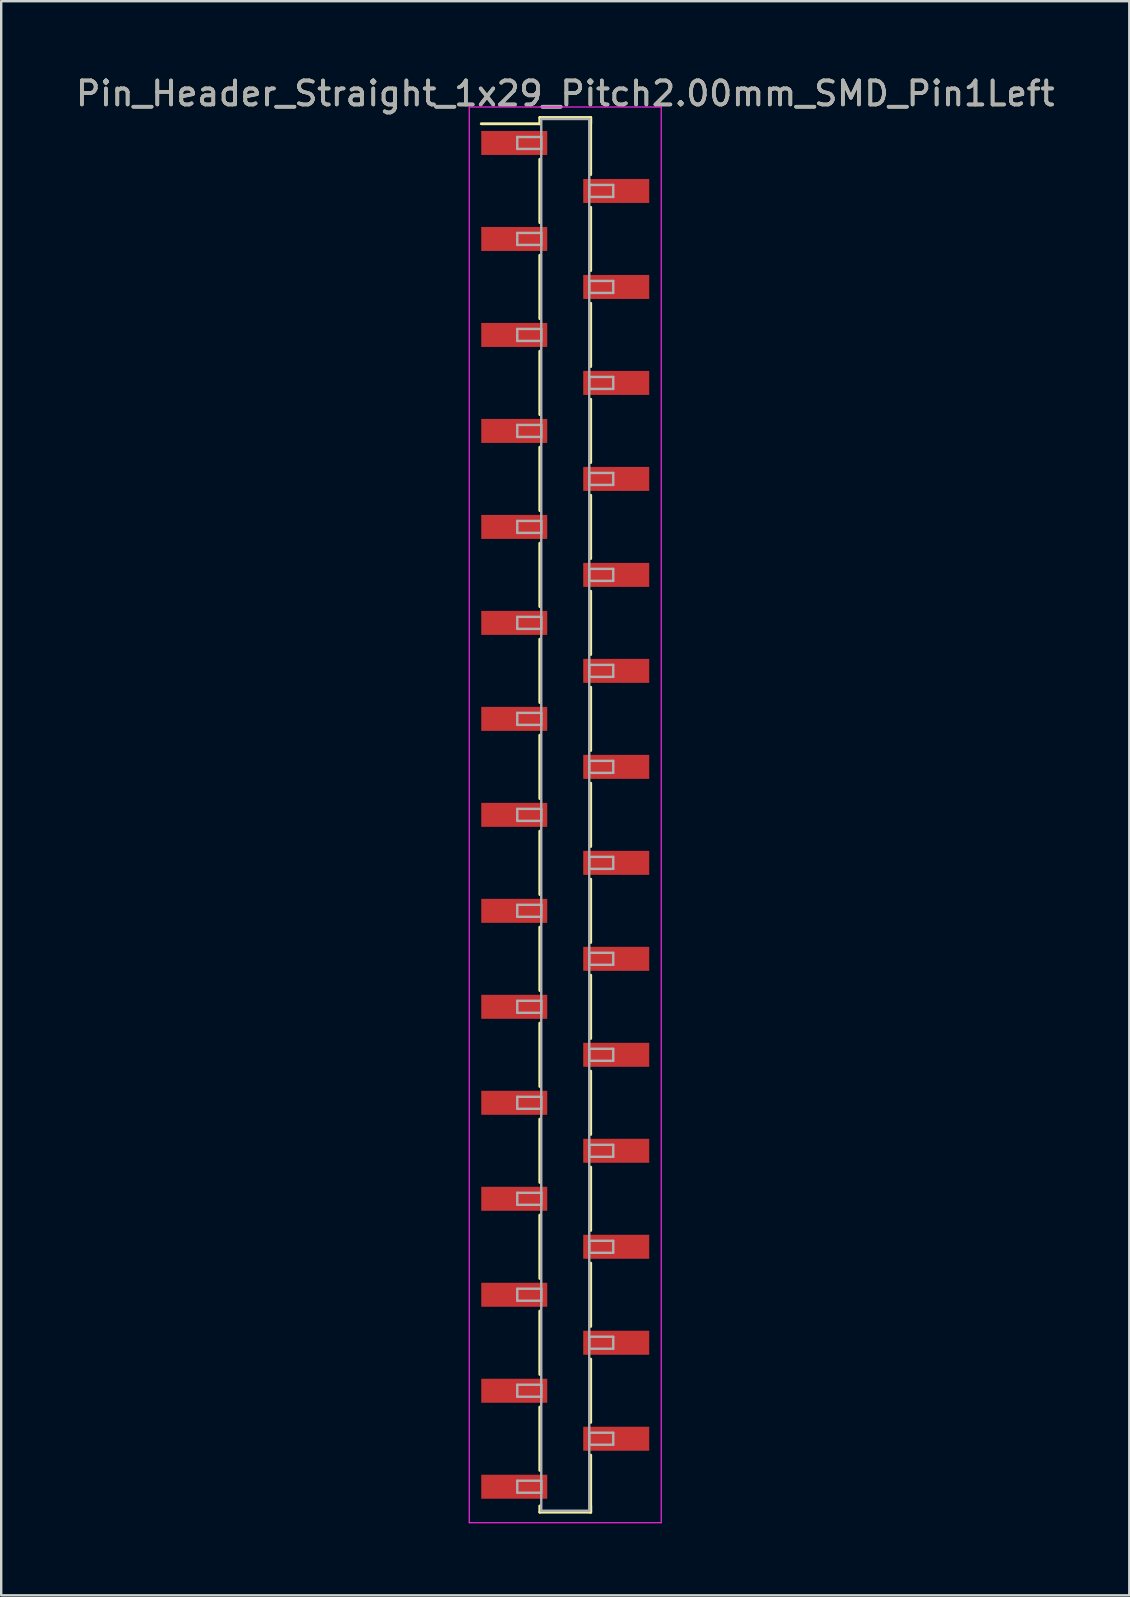
<source format=kicad_pcb>
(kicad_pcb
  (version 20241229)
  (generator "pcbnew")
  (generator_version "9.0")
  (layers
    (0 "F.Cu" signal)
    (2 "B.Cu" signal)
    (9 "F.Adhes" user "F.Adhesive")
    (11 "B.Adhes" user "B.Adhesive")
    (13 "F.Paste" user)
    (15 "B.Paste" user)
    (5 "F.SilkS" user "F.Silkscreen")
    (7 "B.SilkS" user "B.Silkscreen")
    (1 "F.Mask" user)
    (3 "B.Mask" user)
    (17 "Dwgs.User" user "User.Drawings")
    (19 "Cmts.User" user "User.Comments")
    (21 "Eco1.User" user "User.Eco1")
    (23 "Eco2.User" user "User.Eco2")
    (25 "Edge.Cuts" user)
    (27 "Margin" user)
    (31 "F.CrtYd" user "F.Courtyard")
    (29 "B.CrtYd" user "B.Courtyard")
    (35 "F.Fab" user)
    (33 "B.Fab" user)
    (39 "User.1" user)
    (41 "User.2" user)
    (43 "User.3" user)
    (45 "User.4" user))
  (footprint "Pin_Header_Straight_1x29_Pitch2.00mm_SMD_Pin1Left"
    (layer "F.Cu")
    (at 20.506 30.908)
    (property "Reference" "Pin_Header_Straight_1x29_Pitch2.00mm_SMD_Pin1Left" (at 0 -30.06 0) (layer "F.SilkS") (effects (font (size 1 1) (thickness 0.15))))
    (attr smd)
    (fp_line (start -1.06 -29.06) (end 1.06 -29.06) (stroke (width 0.12) (type solid)) (layer "F.SilkS"))
    (fp_line (start -1.06 -28.8) (end -3.5 -28.8) (stroke (width 0.12) (type solid)) (layer "F.SilkS"))
    (fp_line (start -1.06 -28.8) (end -1.06 -29.06) (stroke (width 0.12) (type solid)) (layer "F.SilkS"))
    (fp_line (start -1.06 -27.32) (end -1.06 -24.68) (stroke (width 0.12) (type solid)) (layer "F.SilkS"))
    (fp_line (start -1.06 -23.32) (end -1.06 -20.68) (stroke (width 0.12) (type solid)) (layer "F.SilkS"))
    (fp_line (start -1.06 -19.32) (end -1.06 -16.68) (stroke (width 0.12) (type solid)) (layer "F.SilkS"))
    (fp_line (start -1.06 -15.32) (end -1.06 -12.68) (stroke (width 0.12) (type solid)) (layer "F.SilkS"))
    (fp_line (start -1.06 -11.32) (end -1.06 -8.68) (stroke (width 0.12) (type solid)) (layer "F.SilkS"))
    (fp_line (start -1.06 -7.32) (end -1.06 -4.68) (stroke (width 0.12) (type solid)) (layer "F.SilkS"))
    (fp_line (start -1.06 -3.32) (end -1.06 -0.68) (stroke (width 0.12) (type solid)) (layer "F.SilkS"))
    (fp_line (start -1.06 0.68) (end -1.06 3.32) (stroke (width 0.12) (type solid)) (layer "F.SilkS"))
    (fp_line (start -1.06 4.68) (end -1.06 7.32) (stroke (width 0.12) (type solid)) (layer "F.SilkS"))
    (fp_line (start -1.06 8.68) (end -1.06 11.32) (stroke (width 0.12) (type solid)) (layer "F.SilkS"))
    (fp_line (start -1.06 12.68) (end -1.06 15.32) (stroke (width 0.12) (type solid)) (layer "F.SilkS"))
    (fp_line (start -1.06 16.68) (end -1.06 19.32) (stroke (width 0.12) (type solid)) (layer "F.SilkS"))
    (fp_line (start -1.06 20.68) (end -1.06 23.32) (stroke (width 0.12) (type solid)) (layer "F.SilkS"))
    (fp_line (start -1.06 24.68) (end -1.06 27.32) (stroke (width 0.12) (type solid)) (layer "F.SilkS"))
    (fp_line (start -1.06 28.8) (end -1.06 29.06) (stroke (width 0.12) (type solid)) (layer "F.SilkS"))
    (fp_line (start -1.06 29.06) (end 1.06 29.06) (stroke (width 0.12) (type solid)) (layer "F.SilkS"))
    (fp_line (start 1.06 -29.06) (end 1.06 -28.8) (stroke (width 0.12) (type solid)) (layer "F.SilkS"))
    (fp_line (start 1.06 -29.06) (end 1.06 -26.68) (stroke (width 0.12) (type solid)) (layer "F.SilkS"))
    (fp_line (start 1.06 -25.32) (end 1.06 -22.68) (stroke (width 0.12) (type solid)) (layer "F.SilkS"))
    (fp_line (start 1.06 -21.32) (end 1.06 -18.68) (stroke (width 0.12) (type solid)) (layer "F.SilkS"))
    (fp_line (start 1.06 -17.32) (end 1.06 -14.68) (stroke (width 0.12) (type solid)) (layer "F.SilkS"))
    (fp_line (start 1.06 -13.32) (end 1.06 -10.68) (stroke (width 0.12) (type solid)) (layer "F.SilkS"))
    (fp_line (start 1.06 -9.32) (end 1.06 -6.68) (stroke (width 0.12) (type solid)) (layer "F.SilkS"))
    (fp_line (start 1.06 -5.32) (end 1.06 -2.68) (stroke (width 0.12) (type solid)) (layer "F.SilkS"))
    (fp_line (start 1.06 -1.32) (end 1.06 1.32) (stroke (width 0.12) (type solid)) (layer "F.SilkS"))
    (fp_line (start 1.06 2.68) (end 1.06 5.32) (stroke (width 0.12) (type solid)) (layer "F.SilkS"))
    (fp_line (start 1.06 6.68) (end 1.06 9.32) (stroke (width 0.12) (type solid)) (layer "F.SilkS"))
    (fp_line (start 1.06 10.68) (end 1.06 13.32) (stroke (width 0.12) (type solid)) (layer "F.SilkS"))
    (fp_line (start 1.06 14.68) (end 1.06 17.32) (stroke (width 0.12) (type solid)) (layer "F.SilkS"))
    (fp_line (start 1.06 18.68) (end 1.06 21.32) (stroke (width 0.12) (type solid)) (layer "F.SilkS"))
    (fp_line (start 1.06 22.68) (end 1.06 25.32) (stroke (width 0.12) (type solid)) (layer "F.SilkS"))
    (fp_line (start 1.06 26.68) (end 1.06 29.06) (stroke (width 0.12) (type solid)) (layer "F.SilkS"))
    (fp_line (start 1.06 29.06) (end 1.06 28.8) (stroke (width 0.12) (type solid)) (layer "F.SilkS"))
    (fp_line (start -4 -29.5) (end -4 29.5) (stroke (width 0.05) (type solid)) (layer "F.CrtYd"))
    (fp_line (start -4 29.5) (end 4 29.5) (stroke (width 0.05) (type solid)) (layer "F.CrtYd"))
    (fp_line (start 4 -29.5) (end -4 -29.5) (stroke (width 0.05) (type solid)) (layer "F.CrtYd"))
    (fp_line (start 4 29.5) (end 4 -29.5) (stroke (width 0.05) (type solid)) (layer "F.CrtYd"))
    (fp_line (start -2 -28.25) (end -1 -28.25) (stroke (width 0.1) (type solid)) (layer "F.Fab"))
    (fp_line (start -2 -27.75) (end -2 -28.25) (stroke (width 0.1) (type solid)) (layer "F.Fab"))
    (fp_line (start -2 -24.25) (end -1 -24.25) (stroke (width 0.1) (type solid)) (layer "F.Fab"))
    (fp_line (start -2 -23.75) (end -2 -24.25) (stroke (width 0.1) (type solid)) (layer "F.Fab"))
    (fp_line (start -2 -20.25) (end -1 -20.25) (stroke (width 0.1) (type solid)) (layer "F.Fab"))
    (fp_line (start -2 -19.75) (end -2 -20.25) (stroke (width 0.1) (type solid)) (layer "F.Fab"))
    (fp_line (start -2 -16.25) (end -1 -16.25) (stroke (width 0.1) (type solid)) (layer "F.Fab"))
    (fp_line (start -2 -15.75) (end -2 -16.25) (stroke (width 0.1) (type solid)) (layer "F.Fab"))
    (fp_line (start -2 -12.25) (end -1 -12.25) (stroke (width 0.1) (type solid)) (layer "F.Fab"))
    (fp_line (start -2 -11.75) (end -2 -12.25) (stroke (width 0.1) (type solid)) (layer "F.Fab"))
    (fp_line (start -2 -8.25) (end -1 -8.25) (stroke (width 0.1) (type solid)) (layer "F.Fab"))
    (fp_line (start -2 -7.75) (end -2 -8.25) (stroke (width 0.1) (type solid)) (layer "F.Fab"))
    (fp_line (start -2 -4.25) (end -1 -4.25) (stroke (width 0.1) (type solid)) (layer "F.Fab"))
    (fp_line (start -2 -3.75) (end -2 -4.25) (stroke (width 0.1) (type solid)) (layer "F.Fab"))
    (fp_line (start -2 -0.25) (end -1 -0.25) (stroke (width 0.1) (type solid)) (layer "F.Fab"))
    (fp_line (start -2 0.25) (end -2 -0.25) (stroke (width 0.1) (type solid)) (layer "F.Fab"))
    (fp_line (start -2 3.75) (end -1 3.75) (stroke (width 0.1) (type solid)) (layer "F.Fab"))
    (fp_line (start -2 4.25) (end -2 3.75) (stroke (width 0.1) (type solid)) (layer "F.Fab"))
    (fp_line (start -2 7.75) (end -1 7.75) (stroke (width 0.1) (type solid)) (layer "F.Fab"))
    (fp_line (start -2 8.25) (end -2 7.75) (stroke (width 0.1) (type solid)) (layer "F.Fab"))
    (fp_line (start -2 11.75) (end -1 11.75) (stroke (width 0.1) (type solid)) (layer "F.Fab"))
    (fp_line (start -2 12.25) (end -2 11.75) (stroke (width 0.1) (type solid)) (layer "F.Fab"))
    (fp_line (start -2 15.75) (end -1 15.75) (stroke (width 0.1) (type solid)) (layer "F.Fab"))
    (fp_line (start -2 16.25) (end -2 15.75) (stroke (width 0.1) (type solid)) (layer "F.Fab"))
    (fp_line (start -2 19.75) (end -1 19.75) (stroke (width 0.1) (type solid)) (layer "F.Fab"))
    (fp_line (start -2 20.25) (end -2 19.75) (stroke (width 0.1) (type solid)) (layer "F.Fab"))
    (fp_line (start -2 23.75) (end -1 23.75) (stroke (width 0.1) (type solid)) (layer "F.Fab"))
    (fp_line (start -2 24.25) (end -2 23.75) (stroke (width 0.1) (type solid)) (layer "F.Fab"))
    (fp_line (start -2 27.75) (end -1 27.75) (stroke (width 0.1) (type solid)) (layer "F.Fab"))
    (fp_line (start -2 28.25) (end -2 27.75) (stroke (width 0.1) (type solid)) (layer "F.Fab"))
    (fp_line (start -1 -29) (end -1 29) (stroke (width 0.1) (type solid)) (layer "F.Fab"))
    (fp_line (start -1 -28.25) (end -1 -27.75) (stroke (width 0.1) (type solid)) (layer "F.Fab"))
    (fp_line (start -1 -27.75) (end -2 -27.75) (stroke (width 0.1) (type solid)) (layer "F.Fab"))
    (fp_line (start -1 -24.25) (end -1 -23.75) (stroke (width 0.1) (type solid)) (layer "F.Fab"))
    (fp_line (start -1 -23.75) (end -2 -23.75) (stroke (width 0.1) (type solid)) (layer "F.Fab"))
    (fp_line (start -1 -20.25) (end -1 -19.75) (stroke (width 0.1) (type solid)) (layer "F.Fab"))
    (fp_line (start -1 -19.75) (end -2 -19.75) (stroke (width 0.1) (type solid)) (layer "F.Fab"))
    (fp_line (start -1 -16.25) (end -1 -15.75) (stroke (width 0.1) (type solid)) (layer "F.Fab"))
    (fp_line (start -1 -15.75) (end -2 -15.75) (stroke (width 0.1) (type solid)) (layer "F.Fab"))
    (fp_line (start -1 -12.25) (end -1 -11.75) (stroke (width 0.1) (type solid)) (layer "F.Fab"))
    (fp_line (start -1 -11.75) (end -2 -11.75) (stroke (width 0.1) (type solid)) (layer "F.Fab"))
    (fp_line (start -1 -8.25) (end -1 -7.75) (stroke (width 0.1) (type solid)) (layer "F.Fab"))
    (fp_line (start -1 -7.75) (end -2 -7.75) (stroke (width 0.1) (type solid)) (layer "F.Fab"))
    (fp_line (start -1 -4.25) (end -1 -3.75) (stroke (width 0.1) (type solid)) (layer "F.Fab"))
    (fp_line (start -1 -3.75) (end -2 -3.75) (stroke (width 0.1) (type solid)) (layer "F.Fab"))
    (fp_line (start -1 -0.25) (end -1 0.25) (stroke (width 0.1) (type solid)) (layer "F.Fab"))
    (fp_line (start -1 0.25) (end -2 0.25) (stroke (width 0.1) (type solid)) (layer "F.Fab"))
    (fp_line (start -1 3.75) (end -1 4.25) (stroke (width 0.1) (type solid)) (layer "F.Fab"))
    (fp_line (start -1 4.25) (end -2 4.25) (stroke (width 0.1) (type solid)) (layer "F.Fab"))
    (fp_line (start -1 7.75) (end -1 8.25) (stroke (width 0.1) (type solid)) (layer "F.Fab"))
    (fp_line (start -1 8.25) (end -2 8.25) (stroke (width 0.1) (type solid)) (layer "F.Fab"))
    (fp_line (start -1 11.75) (end -1 12.25) (stroke (width 0.1) (type solid)) (layer "F.Fab"))
    (fp_line (start -1 12.25) (end -2 12.25) (stroke (width 0.1) (type solid)) (layer "F.Fab"))
    (fp_line (start -1 15.75) (end -1 16.25) (stroke (width 0.1) (type solid)) (layer "F.Fab"))
    (fp_line (start -1 16.25) (end -2 16.25) (stroke (width 0.1) (type solid)) (layer "F.Fab"))
    (fp_line (start -1 19.75) (end -1 20.25) (stroke (width 0.1) (type solid)) (layer "F.Fab"))
    (fp_line (start -1 20.25) (end -2 20.25) (stroke (width 0.1) (type solid)) (layer "F.Fab"))
    (fp_line (start -1 23.75) (end -1 24.25) (stroke (width 0.1) (type solid)) (layer "F.Fab"))
    (fp_line (start -1 24.25) (end -2 24.25) (stroke (width 0.1) (type solid)) (layer "F.Fab"))
    (fp_line (start -1 27.75) (end -1 28.25) (stroke (width 0.1) (type solid)) (layer "F.Fab"))
    (fp_line (start -1 28.25) (end -2 28.25) (stroke (width 0.1) (type solid)) (layer "F.Fab"))
    (fp_line (start -1 29) (end 1 29) (stroke (width 0.1) (type solid)) (layer "F.Fab"))
    (fp_line (start 1 -29) (end -1 -29) (stroke (width 0.1) (type solid)) (layer "F.Fab"))
    (fp_line (start 1 -26.25) (end 1 -25.75) (stroke (width 0.1) (type solid)) (layer "F.Fab"))
    (fp_line (start 1 -25.75) (end 2 -25.75) (stroke (width 0.1) (type solid)) (layer "F.Fab"))
    (fp_line (start 1 -22.25) (end 1 -21.75) (stroke (width 0.1) (type solid)) (layer "F.Fab"))
    (fp_line (start 1 -21.75) (end 2 -21.75) (stroke (width 0.1) (type solid)) (layer "F.Fab"))
    (fp_line (start 1 -18.25) (end 1 -17.75) (stroke (width 0.1) (type solid)) (layer "F.Fab"))
    (fp_line (start 1 -17.75) (end 2 -17.75) (stroke (width 0.1) (type solid)) (layer "F.Fab"))
    (fp_line (start 1 -14.25) (end 1 -13.75) (stroke (width 0.1) (type solid)) (layer "F.Fab"))
    (fp_line (start 1 -13.75) (end 2 -13.75) (stroke (width 0.1) (type solid)) (layer "F.Fab"))
    (fp_line (start 1 -10.25) (end 1 -9.75) (stroke (width 0.1) (type solid)) (layer "F.Fab"))
    (fp_line (start 1 -9.75) (end 2 -9.75) (stroke (width 0.1) (type solid)) (layer "F.Fab"))
    (fp_line (start 1 -6.25) (end 1 -5.75) (stroke (width 0.1) (type solid)) (layer "F.Fab"))
    (fp_line (start 1 -5.75) (end 2 -5.75) (stroke (width 0.1) (type solid)) (layer "F.Fab"))
    (fp_line (start 1 -2.25) (end 1 -1.75) (stroke (width 0.1) (type solid)) (layer "F.Fab"))
    (fp_line (start 1 -1.75) (end 2 -1.75) (stroke (width 0.1) (type solid)) (layer "F.Fab"))
    (fp_line (start 1 1.75) (end 1 2.25) (stroke (width 0.1) (type solid)) (layer "F.Fab"))
    (fp_line (start 1 2.25) (end 2 2.25) (stroke (width 0.1) (type solid)) (layer "F.Fab"))
    (fp_line (start 1 5.75) (end 1 6.25) (stroke (width 0.1) (type solid)) (layer "F.Fab"))
    (fp_line (start 1 6.25) (end 2 6.25) (stroke (width 0.1) (type solid)) (layer "F.Fab"))
    (fp_line (start 1 9.75) (end 1 10.25) (stroke (width 0.1) (type solid)) (layer "F.Fab"))
    (fp_line (start 1 10.25) (end 2 10.25) (stroke (width 0.1) (type solid)) (layer "F.Fab"))
    (fp_line (start 1 13.75) (end 1 14.25) (stroke (width 0.1) (type solid)) (layer "F.Fab"))
    (fp_line (start 1 14.25) (end 2 14.25) (stroke (width 0.1) (type solid)) (layer "F.Fab"))
    (fp_line (start 1 17.75) (end 1 18.25) (stroke (width 0.1) (type solid)) (layer "F.Fab"))
    (fp_line (start 1 18.25) (end 2 18.25) (stroke (width 0.1) (type solid)) (layer "F.Fab"))
    (fp_line (start 1 21.75) (end 1 22.25) (stroke (width 0.1) (type solid)) (layer "F.Fab"))
    (fp_line (start 1 22.25) (end 2 22.25) (stroke (width 0.1) (type solid)) (layer "F.Fab"))
    (fp_line (start 1 25.75) (end 1 26.25) (stroke (width 0.1) (type solid)) (layer "F.Fab"))
    (fp_line (start 1 26.25) (end 2 26.25) (stroke (width 0.1) (type solid)) (layer "F.Fab"))
    (fp_line (start 1 29) (end 1 -29) (stroke (width 0.1) (type solid)) (layer "F.Fab"))
    (fp_line (start 2 -26.25) (end 1 -26.25) (stroke (width 0.1) (type solid)) (layer "F.Fab"))
    (fp_line (start 2 -25.75) (end 2 -26.25) (stroke (width 0.1) (type solid)) (layer "F.Fab"))
    (fp_line (start 2 -22.25) (end 1 -22.25) (stroke (width 0.1) (type solid)) (layer "F.Fab"))
    (fp_line (start 2 -21.75) (end 2 -22.25) (stroke (width 0.1) (type solid)) (layer "F.Fab"))
    (fp_line (start 2 -18.25) (end 1 -18.25) (stroke (width 0.1) (type solid)) (layer "F.Fab"))
    (fp_line (start 2 -17.75) (end 2 -18.25) (stroke (width 0.1) (type solid)) (layer "F.Fab"))
    (fp_line (start 2 -14.25) (end 1 -14.25) (stroke (width 0.1) (type solid)) (layer "F.Fab"))
    (fp_line (start 2 -13.75) (end 2 -14.25) (stroke (width 0.1) (type solid)) (layer "F.Fab"))
    (fp_line (start 2 -10.25) (end 1 -10.25) (stroke (width 0.1) (type solid)) (layer "F.Fab"))
    (fp_line (start 2 -9.75) (end 2 -10.25) (stroke (width 0.1) (type solid)) (layer "F.Fab"))
    (fp_line (start 2 -6.25) (end 1 -6.25) (stroke (width 0.1) (type solid)) (layer "F.Fab"))
    (fp_line (start 2 -5.75) (end 2 -6.25) (stroke (width 0.1) (type solid)) (layer "F.Fab"))
    (fp_line (start 2 -2.25) (end 1 -2.25) (stroke (width 0.1) (type solid)) (layer "F.Fab"))
    (fp_line (start 2 -1.75) (end 2 -2.25) (stroke (width 0.1) (type solid)) (layer "F.Fab"))
    (fp_line (start 2 1.75) (end 1 1.75) (stroke (width 0.1) (type solid)) (layer "F.Fab"))
    (fp_line (start 2 2.25) (end 2 1.75) (stroke (width 0.1) (type solid)) (layer "F.Fab"))
    (fp_line (start 2 5.75) (end 1 5.75) (stroke (width 0.1) (type solid)) (layer "F.Fab"))
    (fp_line (start 2 6.25) (end 2 5.75) (stroke (width 0.1) (type solid)) (layer "F.Fab"))
    (fp_line (start 2 9.75) (end 1 9.75) (stroke (width 0.1) (type solid)) (layer "F.Fab"))
    (fp_line (start 2 10.25) (end 2 9.75) (stroke (width 0.1) (type solid)) (layer "F.Fab"))
    (fp_line (start 2 13.75) (end 1 13.75) (stroke (width 0.1) (type solid)) (layer "F.Fab"))
    (fp_line (start 2 14.25) (end 2 13.75) (stroke (width 0.1) (type solid)) (layer "F.Fab"))
    (fp_line (start 2 17.75) (end 1 17.75) (stroke (width 0.1) (type solid)) (layer "F.Fab"))
    (fp_line (start 2 18.25) (end 2 17.75) (stroke (width 0.1) (type solid)) (layer "F.Fab"))
    (fp_line (start 2 21.75) (end 1 21.75) (stroke (width 0.1) (type solid)) (layer "F.Fab"))
    (fp_line (start 2 22.25) (end 2 21.75) (stroke (width 0.1) (type solid)) (layer "F.Fab"))
    (fp_line (start 2 25.75) (end 1 25.75) (stroke (width 0.1) (type solid)) (layer "F.Fab"))
    (fp_line (start 2 26.25) (end 2 25.75) (stroke (width 0.1) (type solid)) (layer "F.Fab"))
    (fp_text user "${REFERENCE}" (at 0 -30.06 0) (layer "F.Fab") (effects (font (size 1 1) (thickness 0.15))))
    (pad "1" smd rect (at -2.125 -28) (size 2.75 1) (layers "F.Cu" "F.Mask" "F.Paste"))
    (pad "2" smd rect (at 2.125 -26) (size 2.75 1) (layers "F.Cu" "F.Mask" "F.Paste"))
    (pad "3" smd rect (at -2.125 -24) (size 2.75 1) (layers "F.Cu" "F.Mask" "F.Paste"))
    (pad "4" smd rect (at 2.125 -22) (size 2.75 1) (layers "F.Cu" "F.Mask" "F.Paste"))
    (pad "5" smd rect (at -2.125 -20) (size 2.75 1) (layers "F.Cu" "F.Mask" "F.Paste"))
    (pad "6" smd rect (at 2.125 -18) (size 2.75 1) (layers "F.Cu" "F.Mask" "F.Paste"))
    (pad "7" smd rect (at -2.125 -16) (size 2.75 1) (layers "F.Cu" "F.Mask" "F.Paste"))
    (pad "8" smd rect (at 2.125 -14) (size 2.75 1) (layers "F.Cu" "F.Mask" "F.Paste"))
    (pad "9" smd rect (at -2.125 -12) (size 2.75 1) (layers "F.Cu" "F.Mask" "F.Paste"))
    (pad "10" smd rect (at 2.125 -10) (size 2.75 1) (layers "F.Cu" "F.Mask" "F.Paste"))
    (pad "11" smd rect (at -2.125 -8) (size 2.75 1) (layers "F.Cu" "F.Mask" "F.Paste"))
    (pad "12" smd rect (at 2.125 -6) (size 2.75 1) (layers "F.Cu" "F.Mask" "F.Paste"))
    (pad "13" smd rect (at -2.125 -4) (size 2.75 1) (layers "F.Cu" "F.Mask" "F.Paste"))
    (pad "14" smd rect (at 2.125 -2) (size 2.75 1) (layers "F.Cu" "F.Mask" "F.Paste"))
    (pad "15" smd rect (at -2.125 0) (size 2.75 1) (layers "F.Cu" "F.Mask" "F.Paste"))
    (pad "16" smd rect (at 2.125 2) (size 2.75 1) (layers "F.Cu" "F.Mask" "F.Paste"))
    (pad "17" smd rect (at -2.125 4) (size 2.75 1) (layers "F.Cu" "F.Mask" "F.Paste"))
    (pad "18" smd rect (at 2.125 6) (size 2.75 1) (layers "F.Cu" "F.Mask" "F.Paste"))
    (pad "19" smd rect (at -2.125 8) (size 2.75 1) (layers "F.Cu" "F.Mask" "F.Paste"))
    (pad "20" smd rect (at 2.125 10) (size 2.75 1) (layers "F.Cu" "F.Mask" "F.Paste"))
    (pad "21" smd rect (at -2.125 12) (size 2.75 1) (layers "F.Cu" "F.Mask" "F.Paste"))
    (pad "22" smd rect (at 2.125 14) (size 2.75 1) (layers "F.Cu" "F.Mask" "F.Paste"))
    (pad "23" smd rect (at -2.125 16) (size 2.75 1) (layers "F.Cu" "F.Mask" "F.Paste"))
    (pad "24" smd rect (at 2.125 18) (size 2.75 1) (layers "F.Cu" "F.Mask" "F.Paste"))
    (pad "25" smd rect (at -2.125 20) (size 2.75 1) (layers "F.Cu" "F.Mask" "F.Paste"))
    (pad "26" smd rect (at 2.125 22) (size 2.75 1) (layers "F.Cu" "F.Mask" "F.Paste"))
    (pad "27" smd rect (at -2.125 24) (size 2.75 1) (layers "F.Cu" "F.Mask" "F.Paste"))
    (pad "28" smd rect (at 2.125 26) (size 2.75 1) (layers "F.Cu" "F.Mask" "F.Paste"))
    (pad "29" smd rect (at -2.125 28) (size 2.75 1) (layers "F.Cu" "F.Mask" "F.Paste")))
  (gr_rect
    (start -3 -3)
    (end 44.012 63.433)
    (stroke (width 0.1) (type default))
    (fill no)
    (layer "Edge.Cuts")))
</source>
